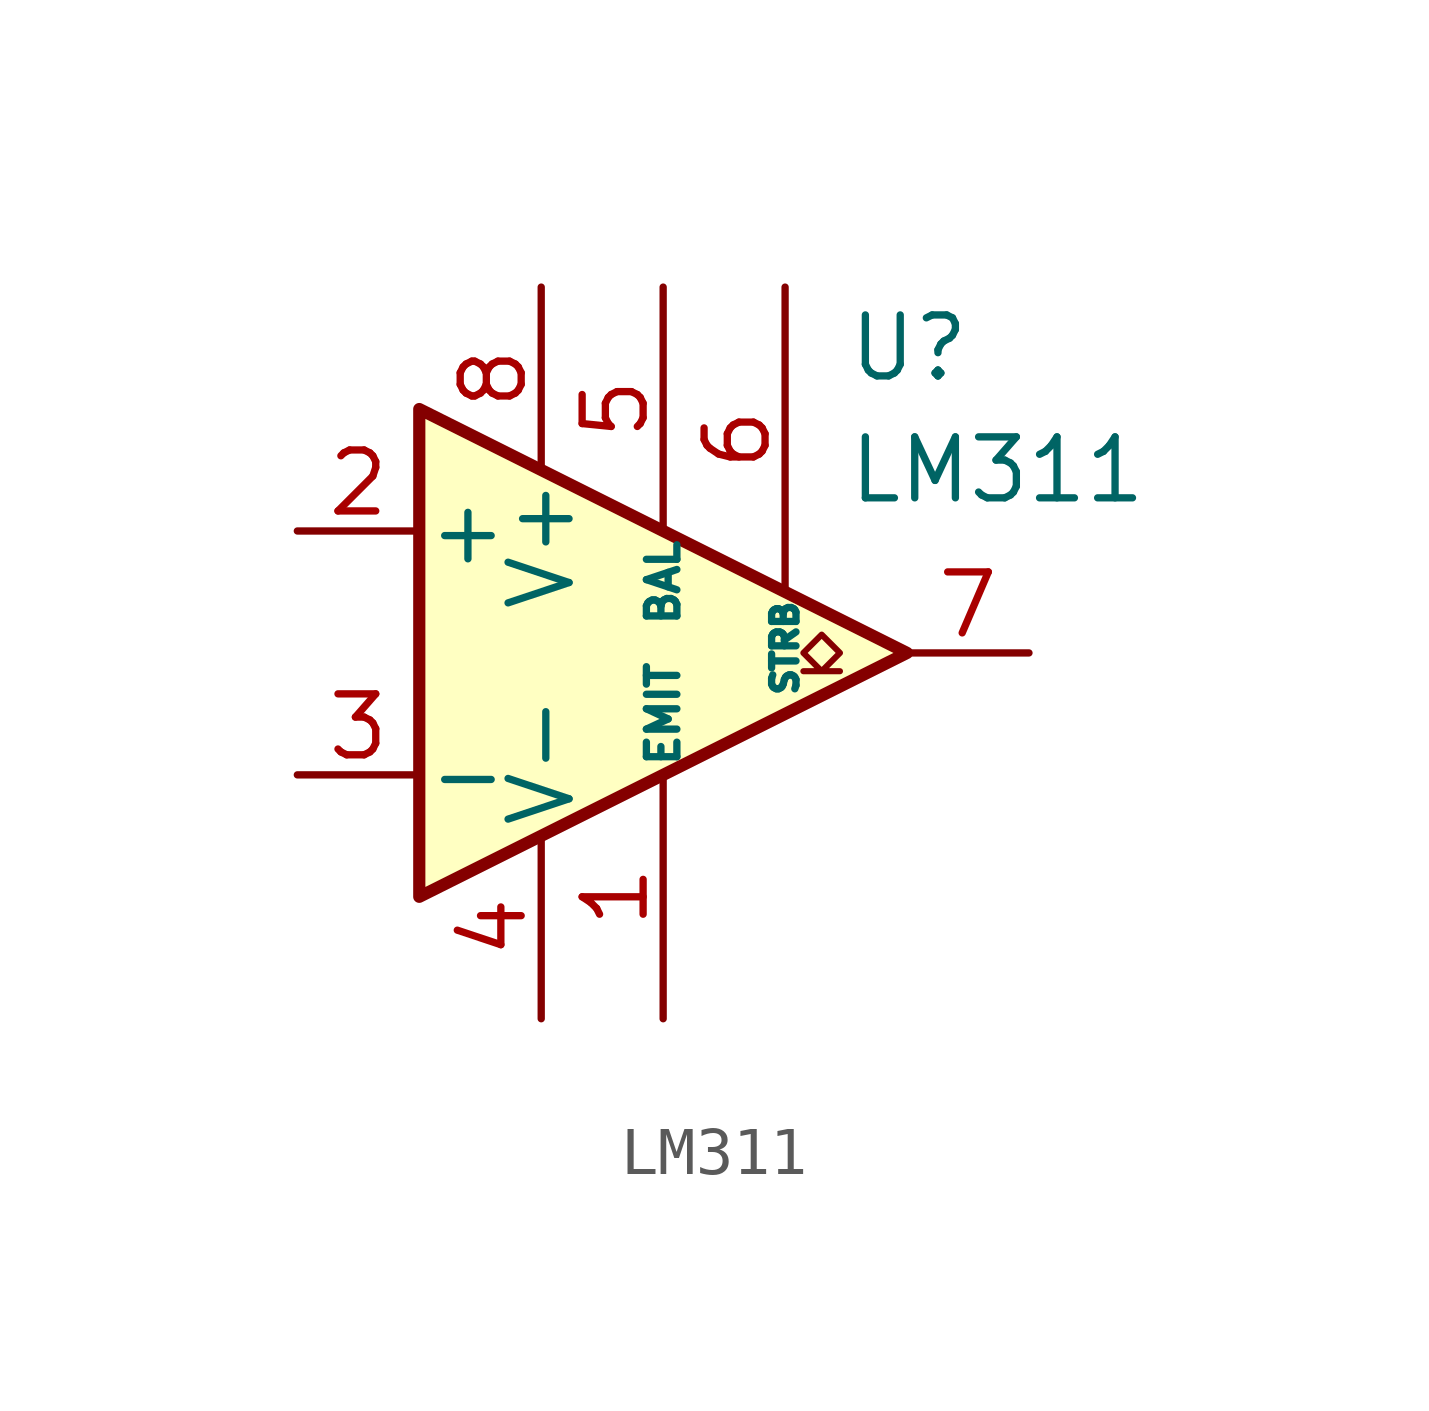
<source format=kicad_sym>
(kicad_symbol_lib
  (version 20241209)
  (generator "kicad_symbol_editor")
  (generator_version "9.0")
  (symbol "LM311"
    (pin_names
      (offset 0.127))
    (property "Reference" "U"
      (at 3.81 6.35 0)
      (effects (font (size 1.27 1.27)) (justify left)))
    (property "Value" "LM311"
      (at 3.81 3.81 0)
      (effects (font (size 1.27 1.27)) (justify left)))
    (symbol "LM311_0_1"
      (polyline (pts (xy 3.683 -0.381) (xy 3.302 -0.381) (xy 3.683 0) (xy 3.302 0.381) (xy 2.921 0) (xy 3.302 -0.381) (xy 2.921 -0.381)) (stroke (width 0.127) (type default)) (fill (type none)))
      (polyline (pts (xy 5.08 0) (xy -5.08 5.08) (xy -5.08 -5.08) (xy 5.08 0)) (stroke (width 0.254) (type default)) (fill (type background))))
    (symbol "LM311_1_1"
      (pin input line (at -7.62 2.54 0) (length 2.54) (name "+" (effects (font (size 1.27 1.27)))) (number "2" (effects (font (size 1.27 1.27)))))
      (pin input line (at -7.62 -2.54 0) (length 2.54) (name "-" (effects (font (size 1.27 1.27)))) (number "3" (effects (font (size 1.27 1.27)))))
      (pin power_in line (at -2.54 7.62 270) (length 3.81) (name "V+" (effects (font (size 1.27 1.27)))) (number "8" (effects (font (size 1.27 1.27)))))
      (pin power_in line (at -2.54 -7.62 90) (length 3.81) (name "V-" (effects (font (size 1.27 1.27)))) (number "4" (effects (font (size 1.27 1.27)))))
      (pin input line (at 0 7.62 270) (length 5.08) (name "BAL" (effects (font (size 0.635 0.635)))) (number "5" (effects (font (size 1.27 1.27)))))
      (pin passive line (at 0 -7.62 90) (length 5.08) (name "EMIT" (effects (font (size 0.635 0.635)))) (number "1" (effects (font (size 1.27 1.27)))))
      (pin input line (at 2.54 7.62 270) (length 6.35) (name "STRB" (effects (font (size 0.508 0.508)))) (number "6" (effects (font (size 1.27 1.27)))))
      (pin open_collector line (at 7.62 0 180) (length 2.54) (name "~" (effects (font (size 1.27 1.27)))) (number "7" (effects (font (size 1.27 1.27))))))))
</source>
